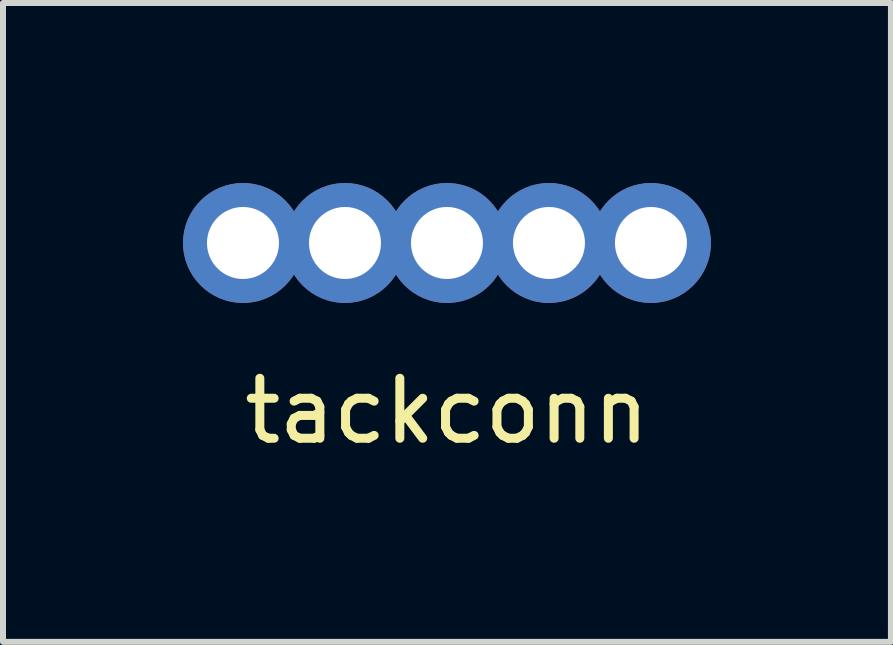
<source format=kicad_pcb>
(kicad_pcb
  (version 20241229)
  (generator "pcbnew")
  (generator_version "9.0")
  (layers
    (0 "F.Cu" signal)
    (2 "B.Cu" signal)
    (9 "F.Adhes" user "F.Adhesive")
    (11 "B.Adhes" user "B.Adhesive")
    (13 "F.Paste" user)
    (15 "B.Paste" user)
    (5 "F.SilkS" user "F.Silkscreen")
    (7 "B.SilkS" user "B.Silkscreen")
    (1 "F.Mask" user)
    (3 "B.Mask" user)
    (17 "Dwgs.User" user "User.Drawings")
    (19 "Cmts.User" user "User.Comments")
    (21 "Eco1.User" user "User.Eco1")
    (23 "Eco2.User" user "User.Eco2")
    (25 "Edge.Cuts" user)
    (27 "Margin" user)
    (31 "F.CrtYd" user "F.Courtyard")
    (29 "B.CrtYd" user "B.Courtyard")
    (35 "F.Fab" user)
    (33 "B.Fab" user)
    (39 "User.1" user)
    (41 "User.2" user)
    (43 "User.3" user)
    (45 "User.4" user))
  (footprint "tackconn"
    (layer "F.Cu")
    (at 4.4 1)
    (property "Reference" "tackconn" (at 0 2.8 0) (layer "F.SilkS") (effects (font (size 1 1) (thickness 0.15))))
    (attr through_hole)
    (pad "1" thru_hole circle (at -3.4 0) (size 2 2) (drill 1.2) (layers "*.Cu" "*.Mask"))
    (pad "1" thru_hole circle (at -1.7 0) (size 2 2) (drill 1.2) (layers "*.Cu" "*.Mask"))
    (pad "1" thru_hole circle (at 0 0) (size 2 2) (drill 1.2) (layers "*.Cu" "*.Mask"))
    (pad "1" thru_hole circle (at 1.7 0) (size 2 2) (drill 1.2) (layers "*.Cu" "*.Mask"))
    (pad "1" thru_hole circle (at 3.4 0) (size 2 2) (drill 1.2) (layers "*.Cu" "*.Mask")))
  (gr_rect
    (start -3 -3)
    (end 11.8 7.648)
    (stroke (width 0.1) (type default))
    (fill no)
    (layer "Edge.Cuts")))
</source>
